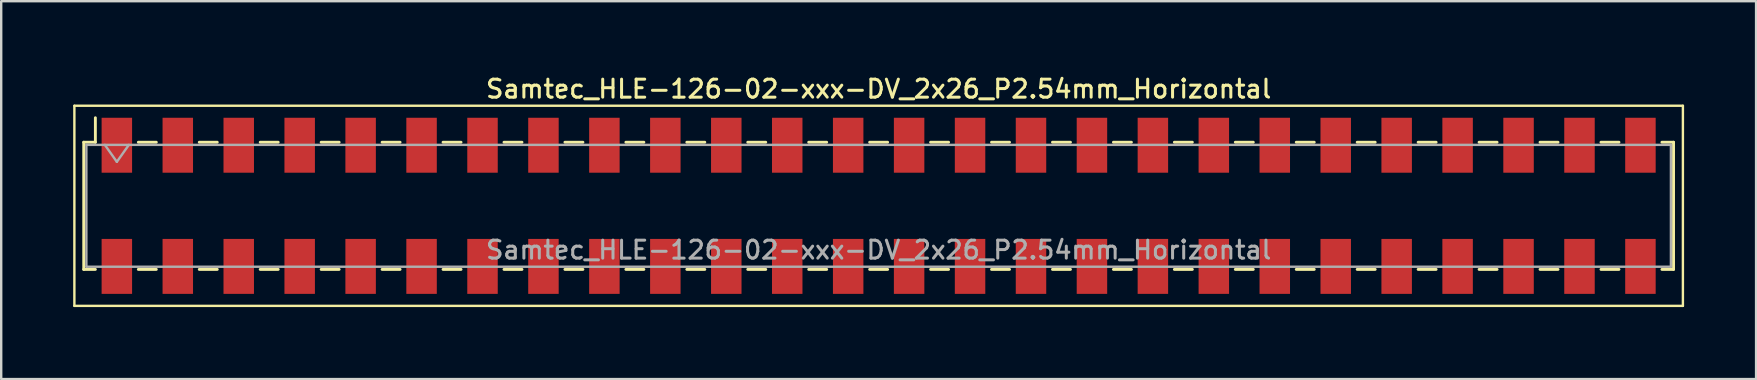
<source format=kicad_pcb>
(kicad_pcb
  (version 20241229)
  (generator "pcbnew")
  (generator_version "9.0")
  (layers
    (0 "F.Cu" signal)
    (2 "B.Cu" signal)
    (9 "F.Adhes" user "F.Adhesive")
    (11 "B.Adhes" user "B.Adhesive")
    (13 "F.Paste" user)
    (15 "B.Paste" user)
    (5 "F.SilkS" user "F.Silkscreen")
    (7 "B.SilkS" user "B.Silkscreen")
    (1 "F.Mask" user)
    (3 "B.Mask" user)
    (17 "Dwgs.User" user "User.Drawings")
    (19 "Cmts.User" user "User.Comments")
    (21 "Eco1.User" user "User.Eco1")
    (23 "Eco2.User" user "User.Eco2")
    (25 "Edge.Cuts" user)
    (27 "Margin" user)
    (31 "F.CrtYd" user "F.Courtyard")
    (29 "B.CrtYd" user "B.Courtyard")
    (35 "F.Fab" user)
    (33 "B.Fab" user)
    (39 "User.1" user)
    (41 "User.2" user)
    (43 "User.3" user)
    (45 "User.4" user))
  (footprint "Samtec_HLE-126-02-xxx-DV_2x26_P2.54mm_Horizontal"
    (layer "F.Cu")
    (at 33.57 5.528)
    (property "Reference" "Samtec_HLE-126-02-xxx-DV_2x26_P2.54mm_Horizontal" (at 0 -4.87 0) (layer "F.SilkS") (effects (font (size 0.75 0.75) (thickness 0.125))))
    (attr smd)
    (fp_line (start -33.52 -4.17) (end 33.52 -4.17) (stroke (width 0.1) (type solid)) (layer "F.SilkS"))
    (fp_line (start -33.52 4.17) (end -33.52 -4.17) (stroke (width 0.1) (type solid)) (layer "F.SilkS"))
    (fp_line (start -33.13 -2.65) (end -33.13 2.65) (stroke (width 0.12) (type solid)) (layer "F.SilkS"))
    (fp_line (start -33.13 2.65) (end -32.645 2.65) (stroke (width 0.12) (type solid)) (layer "F.SilkS"))
    (fp_line (start -32.645 -3.67) (end -32.645 -2.65) (stroke (width 0.12) (type solid)) (layer "F.SilkS"))
    (fp_line (start -32.645 -2.65) (end -33.13 -2.65) (stroke (width 0.12) (type solid)) (layer "F.SilkS"))
    (fp_line (start -30.855 -2.65) (end -30.105 -2.65) (stroke (width 0.12) (type solid)) (layer "F.SilkS"))
    (fp_line (start -30.855 2.65) (end -30.105 2.65) (stroke (width 0.12) (type solid)) (layer "F.SilkS"))
    (fp_line (start -28.315 -2.65) (end -27.565 -2.65) (stroke (width 0.12) (type solid)) (layer "F.SilkS"))
    (fp_line (start -28.315 2.65) (end -27.565 2.65) (stroke (width 0.12) (type solid)) (layer "F.SilkS"))
    (fp_line (start -25.775 -2.65) (end -25.025 -2.65) (stroke (width 0.12) (type solid)) (layer "F.SilkS"))
    (fp_line (start -25.775 2.65) (end -25.025 2.65) (stroke (width 0.12) (type solid)) (layer "F.SilkS"))
    (fp_line (start -23.235 -2.65) (end -22.485 -2.65) (stroke (width 0.12) (type solid)) (layer "F.SilkS"))
    (fp_line (start -23.235 2.65) (end -22.485 2.65) (stroke (width 0.12) (type solid)) (layer "F.SilkS"))
    (fp_line (start -20.695 -2.65) (end -19.945 -2.65) (stroke (width 0.12) (type solid)) (layer "F.SilkS"))
    (fp_line (start -20.695 2.65) (end -19.945 2.65) (stroke (width 0.12) (type solid)) (layer "F.SilkS"))
    (fp_line (start -18.155 -2.65) (end -17.405 -2.65) (stroke (width 0.12) (type solid)) (layer "F.SilkS"))
    (fp_line (start -18.155 2.65) (end -17.405 2.65) (stroke (width 0.12) (type solid)) (layer "F.SilkS"))
    (fp_line (start -15.615 -2.65) (end -14.865 -2.65) (stroke (width 0.12) (type solid)) (layer "F.SilkS"))
    (fp_line (start -15.615 2.65) (end -14.865 2.65) (stroke (width 0.12) (type solid)) (layer "F.SilkS"))
    (fp_line (start -13.075 -2.65) (end -12.325 -2.65) (stroke (width 0.12) (type solid)) (layer "F.SilkS"))
    (fp_line (start -13.075 2.65) (end -12.325 2.65) (stroke (width 0.12) (type solid)) (layer "F.SilkS"))
    (fp_line (start -10.535 -2.65) (end -9.785 -2.65) (stroke (width 0.12) (type solid)) (layer "F.SilkS"))
    (fp_line (start -10.535 2.65) (end -9.785 2.65) (stroke (width 0.12) (type solid)) (layer "F.SilkS"))
    (fp_line (start -7.995 -2.65) (end -7.245 -2.65) (stroke (width 0.12) (type solid)) (layer "F.SilkS"))
    (fp_line (start -7.995 2.65) (end -7.245 2.65) (stroke (width 0.12) (type solid)) (layer "F.SilkS"))
    (fp_line (start -5.455 -2.65) (end -4.705 -2.65) (stroke (width 0.12) (type solid)) (layer "F.SilkS"))
    (fp_line (start -5.455 2.65) (end -4.705 2.65) (stroke (width 0.12) (type solid)) (layer "F.SilkS"))
    (fp_line (start -2.915 -2.65) (end -2.165 -2.65) (stroke (width 0.12) (type solid)) (layer "F.SilkS"))
    (fp_line (start -2.915 2.65) (end -2.165 2.65) (stroke (width 0.12) (type solid)) (layer "F.SilkS"))
    (fp_line (start -0.375 -2.65) (end 0.375 -2.65) (stroke (width 0.12) (type solid)) (layer "F.SilkS"))
    (fp_line (start -0.375 2.65) (end 0.375 2.65) (stroke (width 0.12) (type solid)) (layer "F.SilkS"))
    (fp_line (start 2.165 -2.65) (end 2.915 -2.65) (stroke (width 0.12) (type solid)) (layer "F.SilkS"))
    (fp_line (start 2.165 2.65) (end 2.915 2.65) (stroke (width 0.12) (type solid)) (layer "F.SilkS"))
    (fp_line (start 4.705 -2.65) (end 5.455 -2.65) (stroke (width 0.12) (type solid)) (layer "F.SilkS"))
    (fp_line (start 4.705 2.65) (end 5.455 2.65) (stroke (width 0.12) (type solid)) (layer "F.SilkS"))
    (fp_line (start 7.245 -2.65) (end 7.995 -2.65) (stroke (width 0.12) (type solid)) (layer "F.SilkS"))
    (fp_line (start 7.245 2.65) (end 7.995 2.65) (stroke (width 0.12) (type solid)) (layer "F.SilkS"))
    (fp_line (start 9.785 -2.65) (end 10.535 -2.65) (stroke (width 0.12) (type solid)) (layer "F.SilkS"))
    (fp_line (start 9.785 2.65) (end 10.535 2.65) (stroke (width 0.12) (type solid)) (layer "F.SilkS"))
    (fp_line (start 12.325 -2.65) (end 13.075 -2.65) (stroke (width 0.12) (type solid)) (layer "F.SilkS"))
    (fp_line (start 12.325 2.65) (end 13.075 2.65) (stroke (width 0.12) (type solid)) (layer "F.SilkS"))
    (fp_line (start 14.865 -2.65) (end 15.615 -2.65) (stroke (width 0.12) (type solid)) (layer "F.SilkS"))
    (fp_line (start 14.865 2.65) (end 15.615 2.65) (stroke (width 0.12) (type solid)) (layer "F.SilkS"))
    (fp_line (start 17.405 -2.65) (end 18.155 -2.65) (stroke (width 0.12) (type solid)) (layer "F.SilkS"))
    (fp_line (start 17.405 2.65) (end 18.155 2.65) (stroke (width 0.12) (type solid)) (layer "F.SilkS"))
    (fp_line (start 19.945 -2.65) (end 20.695 -2.65) (stroke (width 0.12) (type solid)) (layer "F.SilkS"))
    (fp_line (start 19.945 2.65) (end 20.695 2.65) (stroke (width 0.12) (type solid)) (layer "F.SilkS"))
    (fp_line (start 22.485 -2.65) (end 23.235 -2.65) (stroke (width 0.12) (type solid)) (layer "F.SilkS"))
    (fp_line (start 22.485 2.65) (end 23.235 2.65) (stroke (width 0.12) (type solid)) (layer "F.SilkS"))
    (fp_line (start 25.025 -2.65) (end 25.775 -2.65) (stroke (width 0.12) (type solid)) (layer "F.SilkS"))
    (fp_line (start 25.025 2.65) (end 25.775 2.65) (stroke (width 0.12) (type solid)) (layer "F.SilkS"))
    (fp_line (start 27.565 -2.65) (end 28.315 -2.65) (stroke (width 0.12) (type solid)) (layer "F.SilkS"))
    (fp_line (start 27.565 2.65) (end 28.315 2.65) (stroke (width 0.12) (type solid)) (layer "F.SilkS"))
    (fp_line (start 30.105 -2.65) (end 30.855 -2.65) (stroke (width 0.12) (type solid)) (layer "F.SilkS"))
    (fp_line (start 30.105 2.65) (end 30.855 2.65) (stroke (width 0.12) (type solid)) (layer "F.SilkS"))
    (fp_line (start 32.645 -2.65) (end 33.13 -2.65) (stroke (width 0.12) (type solid)) (layer "F.SilkS"))
    (fp_line (start 33.13 -2.65) (end 33.13 2.65) (stroke (width 0.12) (type solid)) (layer "F.SilkS"))
    (fp_line (start 33.13 2.65) (end 32.645 2.65) (stroke (width 0.12) (type solid)) (layer "F.SilkS"))
    (fp_line (start 33.52 -4.17) (end 33.52 4.17) (stroke (width 0.1) (type solid)) (layer "F.SilkS"))
    (fp_line (start 33.52 4.17) (end -33.52 4.17) (stroke (width 0.1) (type solid)) (layer "F.SilkS"))
    (fp_line (start -33.02 -2.54) (end 33.02 -2.54) (stroke (width 0.1) (type solid)) (layer "F.Fab"))
    (fp_line (start -33.02 2.54) (end -33.02 -2.54) (stroke (width 0.1) (type solid)) (layer "F.Fab"))
    (fp_line (start -32.25 -2.54) (end -31.75 -1.833) (stroke (width 0.1) (type solid)) (layer "F.Fab"))
    (fp_line (start -31.75 -1.833) (end -31.25 -2.54) (stroke (width 0.1) (type solid)) (layer "F.Fab"))
    (fp_line (start 33.02 -2.54) (end 33.02 2.54) (stroke (width 0.1) (type solid)) (layer "F.Fab"))
    (fp_line (start 33.02 2.54) (end -33.02 2.54) (stroke (width 0.1) (type solid)) (layer "F.Fab"))
    (fp_text user "${REFERENCE}" (at 0 1.84 0) (layer "F.Fab") (effects (font (size 0.75 0.75) (thickness 0.125))))
    (pad "1" smd rect (at -31.75 -2.525) (size 1.27 2.29) (layers "F.Cu" "F.Mask" "F.Paste"))
    (pad "2" smd rect (at -31.75 2.525) (size 1.27 2.29) (layers "F.Cu" "F.Mask" "F.Paste"))
    (pad "3" smd rect (at -29.21 -2.525) (size 1.27 2.29) (layers "F.Cu" "F.Mask" "F.Paste"))
    (pad "4" smd rect (at -29.21 2.525) (size 1.27 2.29) (layers "F.Cu" "F.Mask" "F.Paste"))
    (pad "5" smd rect (at -26.67 -2.525) (size 1.27 2.29) (layers "F.Cu" "F.Mask" "F.Paste"))
    (pad "6" smd rect (at -26.67 2.525) (size 1.27 2.29) (layers "F.Cu" "F.Mask" "F.Paste"))
    (pad "7" smd rect (at -24.13 -2.525) (size 1.27 2.29) (layers "F.Cu" "F.Mask" "F.Paste"))
    (pad "8" smd rect (at -24.13 2.525) (size 1.27 2.29) (layers "F.Cu" "F.Mask" "F.Paste"))
    (pad "9" smd rect (at -21.59 -2.525) (size 1.27 2.29) (layers "F.Cu" "F.Mask" "F.Paste"))
    (pad "10" smd rect (at -21.59 2.525) (size 1.27 2.29) (layers "F.Cu" "F.Mask" "F.Paste"))
    (pad "11" smd rect (at -19.05 -2.525) (size 1.27 2.29) (layers "F.Cu" "F.Mask" "F.Paste"))
    (pad "12" smd rect (at -19.05 2.525) (size 1.27 2.29) (layers "F.Cu" "F.Mask" "F.Paste"))
    (pad "13" smd rect (at -16.51 -2.525) (size 1.27 2.29) (layers "F.Cu" "F.Mask" "F.Paste"))
    (pad "14" smd rect (at -16.51 2.525) (size 1.27 2.29) (layers "F.Cu" "F.Mask" "F.Paste"))
    (pad "15" smd rect (at -13.97 -2.525) (size 1.27 2.29) (layers "F.Cu" "F.Mask" "F.Paste"))
    (pad "16" smd rect (at -13.97 2.525) (size 1.27 2.29) (layers "F.Cu" "F.Mask" "F.Paste"))
    (pad "17" smd rect (at -11.43 -2.525) (size 1.27 2.29) (layers "F.Cu" "F.Mask" "F.Paste"))
    (pad "18" smd rect (at -11.43 2.525) (size 1.27 2.29) (layers "F.Cu" "F.Mask" "F.Paste"))
    (pad "19" smd rect (at -8.89 -2.525) (size 1.27 2.29) (layers "F.Cu" "F.Mask" "F.Paste"))
    (pad "20" smd rect (at -8.89 2.525) (size 1.27 2.29) (layers "F.Cu" "F.Mask" "F.Paste"))
    (pad "21" smd rect (at -6.35 -2.525) (size 1.27 2.29) (layers "F.Cu" "F.Mask" "F.Paste"))
    (pad "22" smd rect (at -6.35 2.525) (size 1.27 2.29) (layers "F.Cu" "F.Mask" "F.Paste"))
    (pad "23" smd rect (at -3.81 -2.525) (size 1.27 2.29) (layers "F.Cu" "F.Mask" "F.Paste"))
    (pad "24" smd rect (at -3.81 2.525) (size 1.27 2.29) (layers "F.Cu" "F.Mask" "F.Paste"))
    (pad "25" smd rect (at -1.27 -2.525) (size 1.27 2.29) (layers "F.Cu" "F.Mask" "F.Paste"))
    (pad "26" smd rect (at -1.27 2.525) (size 1.27 2.29) (layers "F.Cu" "F.Mask" "F.Paste"))
    (pad "27" smd rect (at 1.27 -2.525) (size 1.27 2.29) (layers "F.Cu" "F.Mask" "F.Paste"))
    (pad "28" smd rect (at 1.27 2.525) (size 1.27 2.29) (layers "F.Cu" "F.Mask" "F.Paste"))
    (pad "29" smd rect (at 3.81 -2.525) (size 1.27 2.29) (layers "F.Cu" "F.Mask" "F.Paste"))
    (pad "30" smd rect (at 3.81 2.525) (size 1.27 2.29) (layers "F.Cu" "F.Mask" "F.Paste"))
    (pad "31" smd rect (at 6.35 -2.525) (size 1.27 2.29) (layers "F.Cu" "F.Mask" "F.Paste"))
    (pad "32" smd rect (at 6.35 2.525) (size 1.27 2.29) (layers "F.Cu" "F.Mask" "F.Paste"))
    (pad "33" smd rect (at 8.89 -2.525) (size 1.27 2.29) (layers "F.Cu" "F.Mask" "F.Paste"))
    (pad "34" smd rect (at 8.89 2.525) (size 1.27 2.29) (layers "F.Cu" "F.Mask" "F.Paste"))
    (pad "35" smd rect (at 11.43 -2.525) (size 1.27 2.29) (layers "F.Cu" "F.Mask" "F.Paste"))
    (pad "36" smd rect (at 11.43 2.525) (size 1.27 2.29) (layers "F.Cu" "F.Mask" "F.Paste"))
    (pad "37" smd rect (at 13.97 -2.525) (size 1.27 2.29) (layers "F.Cu" "F.Mask" "F.Paste"))
    (pad "38" smd rect (at 13.97 2.525) (size 1.27 2.29) (layers "F.Cu" "F.Mask" "F.Paste"))
    (pad "39" smd rect (at 16.51 -2.525) (size 1.27 2.29) (layers "F.Cu" "F.Mask" "F.Paste"))
    (pad "40" smd rect (at 16.51 2.525) (size 1.27 2.29) (layers "F.Cu" "F.Mask" "F.Paste"))
    (pad "41" smd rect (at 19.05 -2.525) (size 1.27 2.29) (layers "F.Cu" "F.Mask" "F.Paste"))
    (pad "42" smd rect (at 19.05 2.525) (size 1.27 2.29) (layers "F.Cu" "F.Mask" "F.Paste"))
    (pad "43" smd rect (at 21.59 -2.525) (size 1.27 2.29) (layers "F.Cu" "F.Mask" "F.Paste"))
    (pad "44" smd rect (at 21.59 2.525) (size 1.27 2.29) (layers "F.Cu" "F.Mask" "F.Paste"))
    (pad "45" smd rect (at 24.13 -2.525) (size 1.27 2.29) (layers "F.Cu" "F.Mask" "F.Paste"))
    (pad "46" smd rect (at 24.13 2.525) (size 1.27 2.29) (layers "F.Cu" "F.Mask" "F.Paste"))
    (pad "47" smd rect (at 26.67 -2.525) (size 1.27 2.29) (layers "F.Cu" "F.Mask" "F.Paste"))
    (pad "48" smd rect (at 26.67 2.525) (size 1.27 2.29) (layers "F.Cu" "F.Mask" "F.Paste"))
    (pad "49" smd rect (at 29.21 -2.525) (size 1.27 2.29) (layers "F.Cu" "F.Mask" "F.Paste"))
    (pad "50" smd rect (at 29.21 2.525) (size 1.27 2.29) (layers "F.Cu" "F.Mask" "F.Paste"))
    (pad "51" smd rect (at 31.75 -2.525) (size 1.27 2.29) (layers "F.Cu" "F.Mask" "F.Paste"))
    (pad "52" smd rect (at 31.75 2.525) (size 1.27 2.29) (layers "F.Cu" "F.Mask" "F.Paste")))
  (gr_rect
    (start -3 -3)
    (end 70.14 12.748)
    (stroke (width 0.1) (type default))
    (fill no)
    (layer "Edge.Cuts")))
</source>
